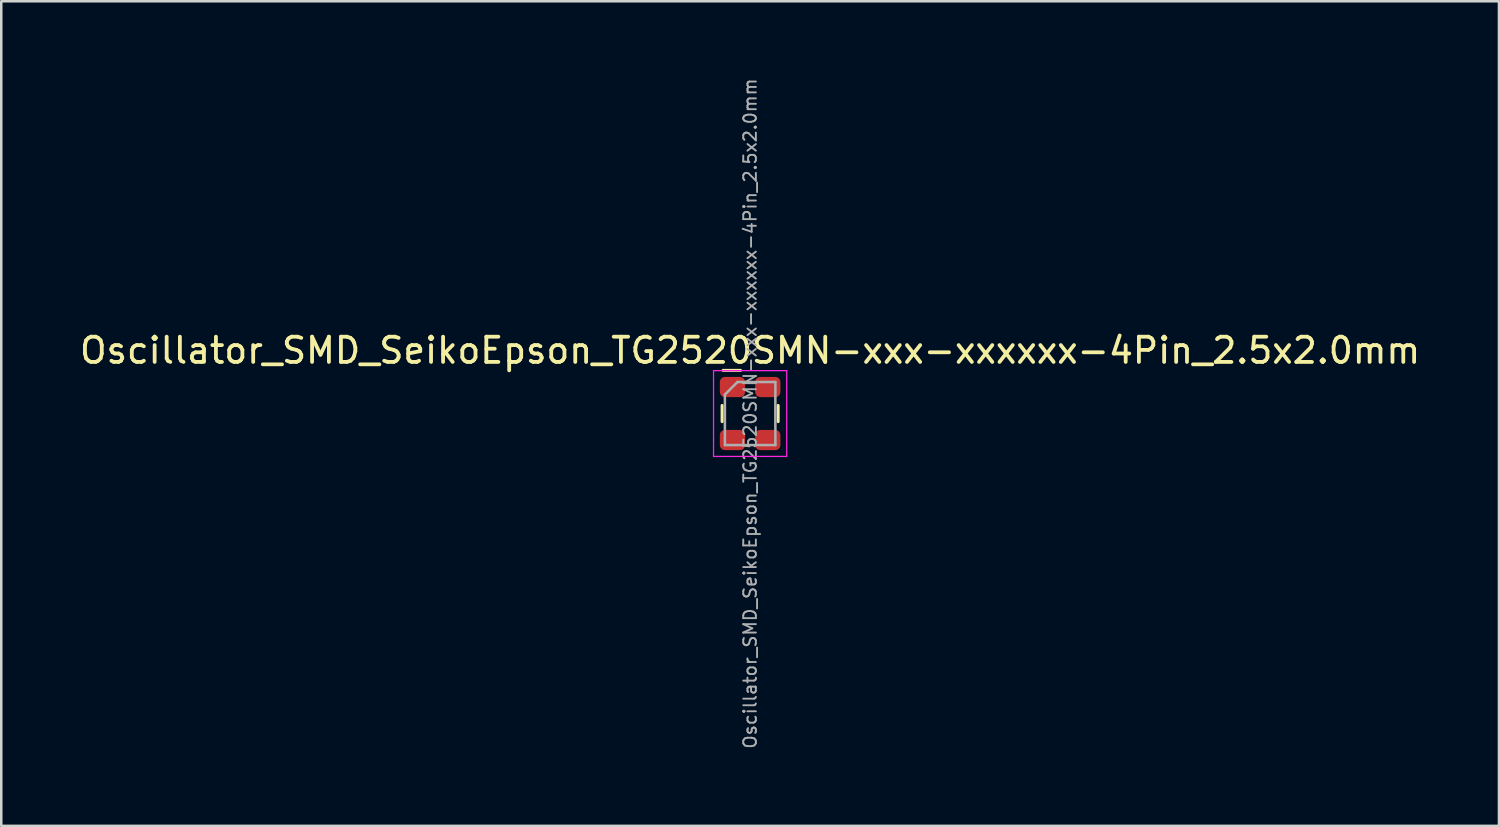
<source format=kicad_pcb>
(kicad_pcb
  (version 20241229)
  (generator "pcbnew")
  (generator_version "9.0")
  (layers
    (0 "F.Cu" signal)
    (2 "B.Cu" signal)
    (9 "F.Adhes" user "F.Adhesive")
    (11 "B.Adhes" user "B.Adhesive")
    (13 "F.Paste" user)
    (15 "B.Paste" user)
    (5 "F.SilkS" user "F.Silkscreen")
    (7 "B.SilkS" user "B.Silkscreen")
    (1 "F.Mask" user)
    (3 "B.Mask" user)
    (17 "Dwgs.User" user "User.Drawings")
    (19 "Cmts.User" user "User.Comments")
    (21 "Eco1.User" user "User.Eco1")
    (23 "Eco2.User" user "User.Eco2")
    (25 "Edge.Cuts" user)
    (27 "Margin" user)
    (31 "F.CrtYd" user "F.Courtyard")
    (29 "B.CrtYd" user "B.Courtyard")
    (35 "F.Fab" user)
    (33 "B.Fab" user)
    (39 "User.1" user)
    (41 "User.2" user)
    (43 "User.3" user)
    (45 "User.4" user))
  (footprint "Oscillator_SMD_SeikoEpson_TG2520SMN-xxx-xxxxxx-4Pin_2.5x2.0mm"
    (layer "F.Cu")
    (at 26.673 13.336)
    (property "Reference" "Oscillator_SMD_SeikoEpson_TG2520SMN-xxx-xxxxxx-4Pin_2.5x2.0mm" (at 0 -2.5 0) (layer "F.SilkS") (effects (font (size 1 1) (thickness 0.15))))
    (attr smd)
    (fp_line (start -1.11 0.32) (end -1.11 -0.32) (stroke (width 0.12) (type solid)) (layer "F.SilkS"))
    (fp_line (start -0.38 -1.71) (end -1.07 -1.71) (stroke (width 0.12) (type solid)) (layer "F.SilkS"))
    (fp_line (start 1.11 0.32) (end 1.11 -0.32) (stroke (width 0.12) (type solid)) (layer "F.SilkS"))
    (fp_line (start -1.45 -1.7) (end -1.45 1.7) (stroke (width 0.05) (type solid)) (layer "F.CrtYd"))
    (fp_line (start -1.45 -1.7) (end 1.45 -1.7) (stroke (width 0.05) (type solid)) (layer "F.CrtYd"))
    (fp_line (start -1.45 1.7) (end 1.45 1.7) (stroke (width 0.05) (type solid)) (layer "F.CrtYd"))
    (fp_line (start 1.45 -1.7) (end 1.45 1.7) (stroke (width 0.05) (type solid)) (layer "F.CrtYd"))
    (fp_line (start -1 -0.75) (end -1 1.25) (stroke (width 0.1) (type solid)) (layer "F.Fab"))
    (fp_line (start -1 -0.75) (end -0.5 -1.25) (stroke (width 0.1) (type solid)) (layer "F.Fab"))
    (fp_line (start -1 1.25) (end 1 1.25) (stroke (width 0.1) (type solid)) (layer "F.Fab"))
    (fp_line (start -0.5 -1.25) (end 1 -1.25) (stroke (width 0.1) (type solid)) (layer "F.Fab"))
    (fp_line (start 1 -1.25) (end 1 1.25) (stroke (width 0.1) (type solid)) (layer "F.Fab"))
    (fp_text user "${REFERENCE}" (at 0 0 90) (layer "F.Fab") (effects (font (size 0.5 0.5) (thickness 0.075))))
    (pad "1" smd roundrect (at -0.7 -1.05) (size 1 0.8) (layers "F.Cu" "F.Mask" "F.Paste") (roundrect_rratio 0.25))
    (pad "2" smd roundrect (at -0.7 1.05) (size 1 0.8) (layers "F.Cu" "F.Mask" "F.Paste") (roundrect_rratio 0.25))
    (pad "3" smd roundrect (at 0.7 1.05) (size 1 0.8) (layers "F.Cu" "F.Mask" "F.Paste") (roundrect_rratio 0.25))
    (pad "4" smd roundrect (at 0.7 -1.05) (size 1 0.8) (layers "F.Cu" "F.Mask" "F.Paste") (roundrect_rratio 0.25))
    (zone (net_name "") (layers "F.Cu" "F.SilkS") (hatch edge 0.508) (connect_pads) (min_thickness 0.254) (filled_areas_thickness no) (keepout (tracks not_allowed) (vias not_allowed) (pads not_allowed) (copperpour not_allowed) (footprints allowed)) (placement (enabled no)) (fill) (polygon (pts (xy 26.523 12.036) (xy 26.823 12.036) (xy 26.823 12.736) (xy 27.673 12.736) (xy 27.673 13.936) (xy 26.823 13.936) (xy 26.823 14.586) (xy 26.523 14.586) (xy 26.523 13.936) (xy 25.673 13.936) (xy 25.673 12.736) (xy 26.523 12.736)))))
  (gr_rect
    (start -3 -3)
    (end 56.345 29.673)
    (stroke (width 0.1) (type default))
    (fill no)
    (layer "Edge.Cuts")))
</source>
